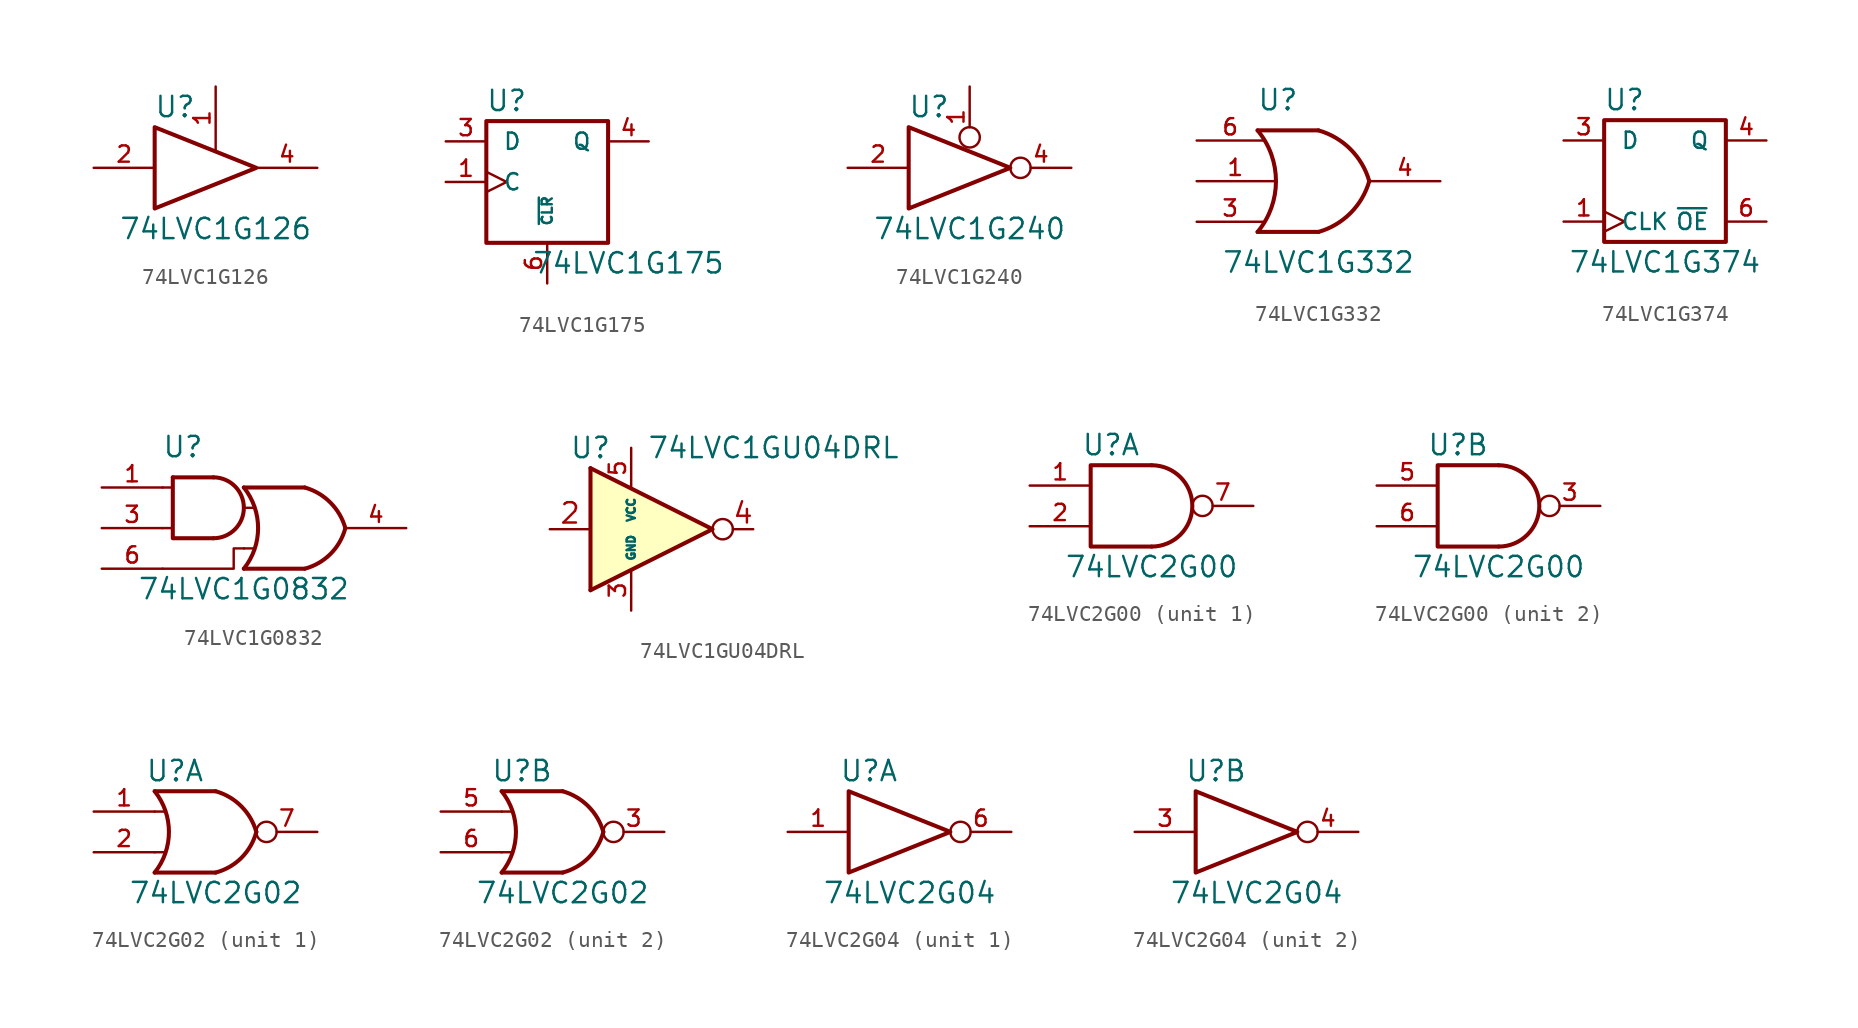
<source format=kicad_sym>
(kicad_symbol_lib
  (version 20201005)
  (generator kicad_symbol_editor)
  (symbol "74LVC1G126"
    (pin_names
      (offset 1.016))
    (property "Reference" "U"
      (at -2.54 3.81 0)
      (effects (font (size 1.27 1.27))))
    (property "Value" "74LVC1G126"
      (at 0 -3.81 0)
      (effects (font (size 1.27 1.27))))
    (symbol "74LVC1G126_0_1"
      (polyline (pts (xy -3.81 2.54) (xy -3.81 -2.54) (xy 2.54 0) (xy -3.81 2.54)) (stroke (width 0.254)) (fill (type none))))
    (symbol "74LVC1G126_1_1"
      (pin input line (at 0 5.08 270) (length 3.937) (name "~" (effects (font (size 1.016 1.016)))) (number "1" (effects (font (size 1.016 1.016)))))
      (pin input line (at -7.62 0 0) (length 3.81) (name "~" (effects (font (size 1.016 1.016)))) (number "2" (effects (font (size 1.016 1.016)))))
      (pin power_in line (at 1.27 -1.27 270) (length 0) hide (name "GND" (effects (font (size 1.016 1.016)))) (number "3" (effects (font (size 1.016 1.016)))))
      (pin tri_state line (at 6.35 0 180) (length 3.81) (name "~" (effects (font (size 1.016 1.016)))) (number "4" (effects (font (size 1.016 1.016)))))
      (pin power_in line (at 1.27 1.27 90) (length 0) hide (name "VCC" (effects (font (size 1.016 1.016)))) (number "5" (effects (font (size 1.016 1.016)))))))
  (symbol "74LVC1G175"
    (pin_names
      (offset 1.016))
    (property "Reference" "U"
      (at -2.54 5.08 0)
      (effects (font (size 1.27 1.27))))
    (property "Value" "74LVC1G175"
      (at 5.08 -5.08 0)
      (effects (font (size 1.27 1.27))))
    (symbol "74LVC1G175_0_1"
      (rectangle (start -3.81 3.81) (end 3.81 -3.81) (stroke (width 0.254)) (fill (type none))))
    (symbol "74LVC1G175_1_1"
      (pin input clock (at -6.35 0 0) (length 2.54) (name "C" (effects (font (size 1.016 1.016)))) (number "1" (effects (font (size 1.016 1.016)))))
      (pin power_in line (at -3.81 -3.81 270) (length 0) hide (name "GND" (effects (font (size 1.016 1.016)))) (number "2" (effects (font (size 1.016 1.016)))))
      (pin input line (at -6.35 2.54 0) (length 2.54) (name "D" (effects (font (size 1.016 1.016)))) (number "3" (effects (font (size 1.016 1.016)))))
      (pin output line (at 6.35 2.54 180) (length 2.54) (name "Q" (effects (font (size 1.016 1.016)))) (number "4" (effects (font (size 1.016 1.016)))))
      (pin power_in line (at 0 3.81 90) (length 0) hide (name "VCC" (effects (font (size 1.016 1.016)))) (number "5" (effects (font (size 1.016 1.016)))))
      (pin input line (at 0 -6.35 90) (length 2.54) (name "~CLR" (effects (font (size 0.635 0.635)))) (number "6" (effects (font (size 1.016 1.016)))))))
  (symbol "74LVC1G240"
    (pin_names
      (offset 1.016))
    (property "Reference" "U"
      (at -2.54 3.81 0)
      (effects (font (size 1.27 1.27))))
    (property "Value" "74LVC1G240"
      (at 0 -3.81 0)
      (effects (font (size 1.27 1.27))))
    (symbol "74LVC1G240_0_1"
      (polyline (pts (xy -3.81 2.54) (xy -3.81 -2.54) (xy 2.54 0) (xy -3.81 2.54)) (stroke (width 0.254)) (fill (type none))))
    (symbol "74LVC1G240_1_1"
      (pin input inverted (at 0 5.08 270) (length 3.81) (name "~" (effects (font (size 1.016 1.016)))) (number "1" (effects (font (size 1.016 1.016)))))
      (pin input line (at -7.62 0 0) (length 3.81) (name "~" (effects (font (size 1.016 1.016)))) (number "2" (effects (font (size 1.016 1.016)))))
      (pin power_in line (at 1.27 -1.27 270) (length 0) hide (name "GND" (effects (font (size 1.016 1.016)))) (number "3" (effects (font (size 1.016 1.016)))))
      (pin tri_state inverted (at 6.35 0 180) (length 3.81) (name "~" (effects (font (size 1.016 1.016)))) (number "4" (effects (font (size 1.016 1.016)))))
      (pin power_in line (at 1.27 1.27 90) (length 0) hide (name "VCC" (effects (font (size 1.016 1.016)))) (number "5" (effects (font (size 1.016 1.016)))))))
  (symbol "74LVC1G332"
    (pin_names
      (offset 1.016))
    (property "Reference" "U"
      (at -2.54 5.08 0)
      (effects (font (size 1.27 1.27))))
    (property "Value" "74LVC1G332"
      (at 0 -5.08 0)
      (effects (font (size 1.27 1.27))))
    (symbol "74LVC1G332_0_1"
      (arc (start -3.81 3.175) (end -3.81 -3.175) (radius (at -7.62 0) (length 4.953) (angles 39.8 -39.8)) (stroke (width 0.254)) (fill (type none)))
      (arc (start 0 3.175) (end 3.175 0) (radius (at -1.27 -1.27) (length 4.6228) (angles 74 15.9)) (stroke (width 0.254)) (fill (type none)))
      (arc (start 0 -3.175) (end 3.175 0) (radius (at -1.27 1.27) (length 4.6228) (angles -74 -15.9)) (stroke (width 0.254)) (fill (type none)))
      (polyline (pts (xy 0 -3.175) (xy -3.81 -3.175)) (stroke (width 0.254)) (fill (type none)))
      (polyline (pts (xy 0 3.175) (xy -3.81 3.175)) (stroke (width 0.254)) (fill (type none))))
    (symbol "74LVC1G332_1_1"
      (pin input line (at -7.62 0 0) (length 4.826) (name "~" (effects (font (size 1.016 1.016)))) (number "1" (effects (font (size 1.016 1.016)))))
      (pin power_in line (at 0 -3.175 270) (length 0) hide (name "GND" (effects (font (size 1.016 1.016)))) (number "2" (effects (font (size 1.016 1.016)))))
      (pin input line (at -7.62 -2.54 0) (length 4.191) (name "~" (effects (font (size 1.016 1.016)))) (number "3" (effects (font (size 1.016 1.016)))))
      (pin output line (at 7.62 0 180) (length 4.445) (name "~" (effects (font (size 1.016 1.016)))) (number "4" (effects (font (size 1.016 1.016)))))
      (pin power_in line (at 0 3.175 90) (length 0) hide (name "VCC" (effects (font (size 1.016 1.016)))) (number "5" (effects (font (size 1.016 1.016)))))
      (pin input line (at -7.62 2.54 0) (length 4.191) (name "~" (effects (font (size 1.016 1.016)))) (number "6" (effects (font (size 1.016 1.016)))))))
  (symbol "74LVC1G374"
    (pin_names
      (offset 1.016))
    (property "Reference" "U"
      (at -2.54 5.08 0)
      (effects (font (size 1.27 1.27))))
    (property "Value" "74LVC1G374"
      (at 0 -5.08 0)
      (effects (font (size 1.27 1.27))))
    (symbol "74LVC1G374_0_1"
      (rectangle (start -3.81 3.81) (end 3.81 -3.81) (stroke (width 0.254)) (fill (type none))))
    (symbol "74LVC1G374_1_1"
      (pin input clock (at -6.35 -2.54 0) (length 2.54) (name "CLK" (effects (font (size 1.016 1.016)))) (number "1" (effects (font (size 1.016 1.016)))))
      (pin power_in line (at 0 -3.81 270) (length 0) hide (name "GND" (effects (font (size 1.016 1.016)))) (number "2" (effects (font (size 1.016 1.016)))))
      (pin input line (at -6.35 2.54 0) (length 2.54) (name "D" (effects (font (size 1.016 1.016)))) (number "3" (effects (font (size 1.016 1.016)))))
      (pin tri_state line (at 6.35 2.54 180) (length 2.54) (name "Q" (effects (font (size 1.016 1.016)))) (number "4" (effects (font (size 1.016 1.016)))))
      (pin power_in line (at 0 3.81 90) (length 0) hide (name "VCC" (effects (font (size 1.016 1.016)))) (number "5" (effects (font (size 1.016 1.016)))))
      (pin input line (at 6.35 -2.54 180) (length 2.54) (name "~OE" (effects (font (size 1.016 1.016)))) (number "6" (effects (font (size 1.016 1.016)))))))
  (symbol "74LVC1G0832"
    (pin_names
      (offset 1.016))
    (property "Reference" "U"
      (at -3.81 5.08 0)
      (effects (font (size 1.27 1.27))))
    (property "Value" "74LVC1G0832"
      (at 0 -3.81 0)
      (effects (font (size 1.27 1.27))))
    (symbol "74LVC1G0832_0_1"
      (arc (start 0 2.54) (end 0 -2.54) (radius (at -3.175 0) (length 4.064) (angles 38.6 -38.6)) (stroke (width 0.254)) (fill (type none)))
      (arc (start -1.905 -0.635) (end -1.905 3.175) (radius (at -1.905 1.27) (length 1.905) (angles -89.9 89.9)) (stroke (width 0.254)) (fill (type none)))
      (arc (start 3.81 2.54) (end 6.35 0) (radius (at 2.8448 -0.9398) (length 3.6068) (angles 74.4 15)) (stroke (width 0.254)) (fill (type none)))
      (arc (start 3.81 -2.54) (end 6.35 0) (radius (at 2.8448 0.9398) (length 3.6068) (angles -74.4 -15)) (stroke (width 0.254)) (fill (type none)))
      (polyline (pts (xy -5.08 0) (xy -4.445 0)) (stroke (width 0)) (fill (type none)))
      (polyline (pts (xy -5.08 2.54) (xy -4.445 2.54)) (stroke (width 0)) (fill (type none)))
      (polyline (pts (xy -4.445 3.175) (xy -1.905 3.175)) (stroke (width 0.254)) (fill (type none)))
      (polyline (pts (xy 0 -1.27) (xy 0.635 -1.27)) (stroke (width 0)) (fill (type none)))
      (polyline (pts (xy 0 1.27) (xy 0.635 1.27)) (stroke (width 0)) (fill (type none)))
      (polyline (pts (xy 3.81 -2.54) (xy 0 -2.54)) (stroke (width 0.254)) (fill (type background)))
      (polyline (pts (xy 3.81 2.54) (xy 0 2.54)) (stroke (width 0.254)) (fill (type background)))
      (polyline (pts (xy -4.445 3.175) (xy -4.445 -0.635) (xy -1.905 -0.635)) (stroke (width 0.254)) (fill (type none)))
      (polyline (pts (xy 0 -1.27) (xy -0.635 -1.27) (xy -0.635 -1.905) (xy -0.635 -2.54) (xy -5.08 -2.54)) (stroke (width 0)) (fill (type none))))
    (symbol "74LVC1G0832_1_1"
      (pin input line (at -8.89 2.54 0) (length 3.81) (name "~" (effects (font (size 1.016 1.016)))) (number "1" (effects (font (size 1.016 1.016)))))
      (pin power_in line (at 3.81 -2.54 270) (length 0) hide (name "GND" (effects (font (size 1.016 1.016)))) (number "2" (effects (font (size 1.016 1.016)))))
      (pin input line (at -8.89 0 0) (length 3.81) (name "~" (effects (font (size 1.016 1.016)))) (number "3" (effects (font (size 1.016 1.016)))))
      (pin output line (at 10.16 0 180) (length 3.81) (name "~" (effects (font (size 1.016 1.016)))) (number "4" (effects (font (size 1.016 1.016)))))
      (pin power_in line (at 3.81 2.54 90) (length 0) hide (name "VCC" (effects (font (size 1.016 1.016)))) (number "5" (effects (font (size 1.016 1.016)))))
      (pin input line (at -8.89 -2.54 0) (length 3.81) (name "~" (effects (font (size 1.016 1.016)))) (number "6" (effects (font (size 1.016 1.016)))))))
  (symbol "74LVC1GU04DRL"
    (property "Reference" "U"
      (at -2.54 5.08 0)
      (effects (font (size 1.27 1.27))))
    (property "Value" "74LVC1GU04DRL"
      (at 8.89 5.08 0)
      (effects (font (size 1.27 1.27))))
    (symbol "74LVC1GU04DRL_0_1"
      (circle (center 5.715 0) (radius 0.635) (stroke (width 0)) (fill (type none)))
      (rectangle (start -2.54 3.81) (end -2.54 -3.81) (stroke (width 0.254)) (fill (type background)))
      (polyline (pts (xy -2.54 -3.81) (xy 5.08 0) (xy -2.54 3.81)) (stroke (width 0.254)) (fill (type background))))
    (symbol "74LVC1GU04DRL_1_1"
      (pin no_connect line (at 5.08 0 180) (length 2.54) hide (name "NC" (effects (font (size 1.27 1.27)))) (number "1" (effects (font (size 1.27 1.27)))))
      (pin input line (at -5.08 0 0) (length 2.54) (name "~" (effects (font (size 1.27 1.27)))) (number "2" (effects (font (size 1.27 1.27)))))
      (pin power_in line (at 0 -5.08 90) (length 2.54) (name "GND" (effects (font (size 0.508 0.508)))) (number "3" (effects (font (size 1.016 1.016)))))
      (pin output line (at 7.62 0 180) (length 1.27) (name "~" (effects (font (size 1.27 1.27)))) (number "4" (effects (font (size 1.27 1.27)))))
      (pin power_in line (at 0 5.08 270) (length 2.54) (name "VCC" (effects (font (size 0.508 0.508)))) (number "5" (effects (font (size 1.016 1.016)))))))
  (symbol "74LVC2G00"
    (pin_names
      (offset 1.016))
    (property "Reference" "U"
      (at -2.54 3.81 0)
      (effects (font (size 1.27 1.27))))
    (property "Value" "74LVC2G00"
      (at 0 -3.81 0)
      (effects (font (size 1.27 1.27))))
    (symbol "74LVC2G00_0_1"
      (arc (start 0 -2.54) (end 0 2.54) (radius (at 0 0) (length 2.54) (angles -89.9 89.9)) (stroke (width 0.254)) (fill (type none)))
      (polyline (pts (xy 0 -2.54) (xy -3.81 -2.54) (xy -3.81 2.54) (xy 0 2.54)) (stroke (width 0.254)) (fill (type none)))
      (pin power_in line (at 0 -2.54 270) (length 0) hide (name "GND" (effects (font (size 1.016 1.016)))) (number "4" (effects (font (size 1.016 1.016)))))
      (pin power_in line (at 0 2.54 90) (length 0) hide (name "VCC" (effects (font (size 1.016 1.016)))) (number "8" (effects (font (size 1.016 1.016))))))
    (symbol "74LVC2G00_1_1"
      (pin input line (at -7.62 1.27 0) (length 3.81) (name "~" (effects (font (size 1.016 1.016)))) (number "1" (effects (font (size 1.016 1.016)))))
      (pin input line (at -7.62 -1.27 0) (length 3.81) (name "~" (effects (font (size 1.016 1.016)))) (number "2" (effects (font (size 1.016 1.016)))))
      (pin output inverted (at 6.35 0 180) (length 3.81) (name "~" (effects (font (size 1.016 1.016)))) (number "7" (effects (font (size 1.016 1.016))))))
    (symbol "74LVC2G00_2_1"
      (pin output inverted (at 6.35 0 180) (length 3.81) (name "~" (effects (font (size 1.016 1.016)))) (number "3" (effects (font (size 1.016 1.016)))))
      (pin input line (at -7.62 1.27 0) (length 3.81) (name "~" (effects (font (size 1.016 1.016)))) (number "5" (effects (font (size 1.016 1.016)))))
      (pin input line (at -7.62 -1.27 0) (length 3.81) (name "~" (effects (font (size 1.016 1.016)))) (number "6" (effects (font (size 1.016 1.016)))))))
  (symbol "74LVC2G02"
    (pin_names
      (offset 1.016))
    (property "Reference" "U"
      (at -2.54 3.81 0)
      (effects (font (size 1.27 1.27))))
    (property "Value" "74LVC2G02"
      (at 0 -3.81 0)
      (effects (font (size 1.27 1.27))))
    (symbol "74LVC2G02_0_1"
      (arc (start -3.81 2.54) (end -3.81 -2.54) (radius (at -6.985 0) (length 4.064) (angles 38.6 -38.6)) (stroke (width 0.254)) (fill (type none)))
      (arc (start 0 2.54) (end 2.54 0) (radius (at -0.9652 -0.9398) (length 3.6068) (angles 74.4 15)) (stroke (width 0.254)) (fill (type none)))
      (arc (start 0 -2.54) (end 2.54 0) (radius (at -0.9652 0.9398) (length 3.6068) (angles -74.4 -15)) (stroke (width 0.254)) (fill (type none)))
      (polyline (pts (xy -3.81 -1.27) (xy -3.175 -1.27)) (stroke (width 0)) (fill (type none)))
      (polyline (pts (xy -3.81 1.27) (xy -3.175 1.27)) (stroke (width 0)) (fill (type none)))
      (polyline (pts (xy 0 -2.54) (xy -3.81 -2.54)) (stroke (width 0.254)) (fill (type background)))
      (polyline (pts (xy 0 2.54) (xy -3.81 2.54)) (stroke (width 0.254)) (fill (type background)))
      (pin power_in line (at 0 -2.54 270) (length 0) hide (name "GND" (effects (font (size 1.016 1.016)))) (number "4" (effects (font (size 1.016 1.016)))))
      (pin power_in line (at 0 2.54 90) (length 0) hide (name "VCC" (effects (font (size 1.016 1.016)))) (number "8" (effects (font (size 1.016 1.016))))))
    (symbol "74LVC2G02_1_1"
      (pin input line (at -7.62 1.27 0) (length 3.81) (name "~" (effects (font (size 1.016 1.016)))) (number "1" (effects (font (size 1.016 1.016)))))
      (pin input line (at -7.62 -1.27 0) (length 3.81) (name "~" (effects (font (size 1.016 1.016)))) (number "2" (effects (font (size 1.016 1.016)))))
      (pin output inverted (at 6.35 0 180) (length 3.81) (name "~" (effects (font (size 1.016 1.016)))) (number "7" (effects (font (size 1.016 1.016))))))
    (symbol "74LVC2G02_2_1"
      (pin output inverted (at 6.35 0 180) (length 3.81) (name "~" (effects (font (size 1.016 1.016)))) (number "3" (effects (font (size 1.016 1.016)))))
      (pin input line (at -7.62 1.27 0) (length 3.81) (name "~" (effects (font (size 1.016 1.016)))) (number "5" (effects (font (size 1.016 1.016)))))
      (pin input line (at -7.62 -1.27 0) (length 3.81) (name "~" (effects (font (size 1.016 1.016)))) (number "6" (effects (font (size 1.016 1.016)))))))
  (symbol "74LVC2G04"
    (pin_names
      (offset 1.016))
    (property "Reference" "U"
      (at -2.54 3.81 0)
      (effects (font (size 1.27 1.27))))
    (property "Value" "74LVC2G04"
      (at 0 -3.81 0)
      (effects (font (size 1.27 1.27))))
    (symbol "74LVC2G04_0_1"
      (polyline (pts (xy -3.81 2.54) (xy -3.81 -2.54) (xy 2.54 0) (xy -3.81 2.54)) (stroke (width 0.254)) (fill (type none)))
      (pin power_in line (at 0 -2.54 270) (length 0) hide (name "GND" (effects (font (size 1.016 1.016)))) (number "2" (effects (font (size 1.016 1.016)))))
      (pin power_in line (at 0 2.54 90) (length 0) hide (name "VCC" (effects (font (size 1.016 1.016)))) (number "5" (effects (font (size 1.016 1.016))))))
    (symbol "74LVC2G04_1_1"
      (pin input line (at -7.62 0 0) (length 3.81) (name "~" (effects (font (size 1.016 1.016)))) (number "1" (effects (font (size 1.016 1.016)))))
      (pin output inverted (at 6.35 0 180) (length 3.81) (name "~" (effects (font (size 1.016 1.016)))) (number "6" (effects (font (size 1.016 1.016))))))
    (symbol "74LVC2G04_2_1"
      (pin input line (at -7.62 0 0) (length 3.81) (name "~" (effects (font (size 1.016 1.016)))) (number "3" (effects (font (size 1.016 1.016)))))
      (pin output inverted (at 6.35 0 180) (length 3.81) (name "~" (effects (font (size 1.016 1.016)))) (number "4" (effects (font (size 1.016 1.016))))))))
</source>
